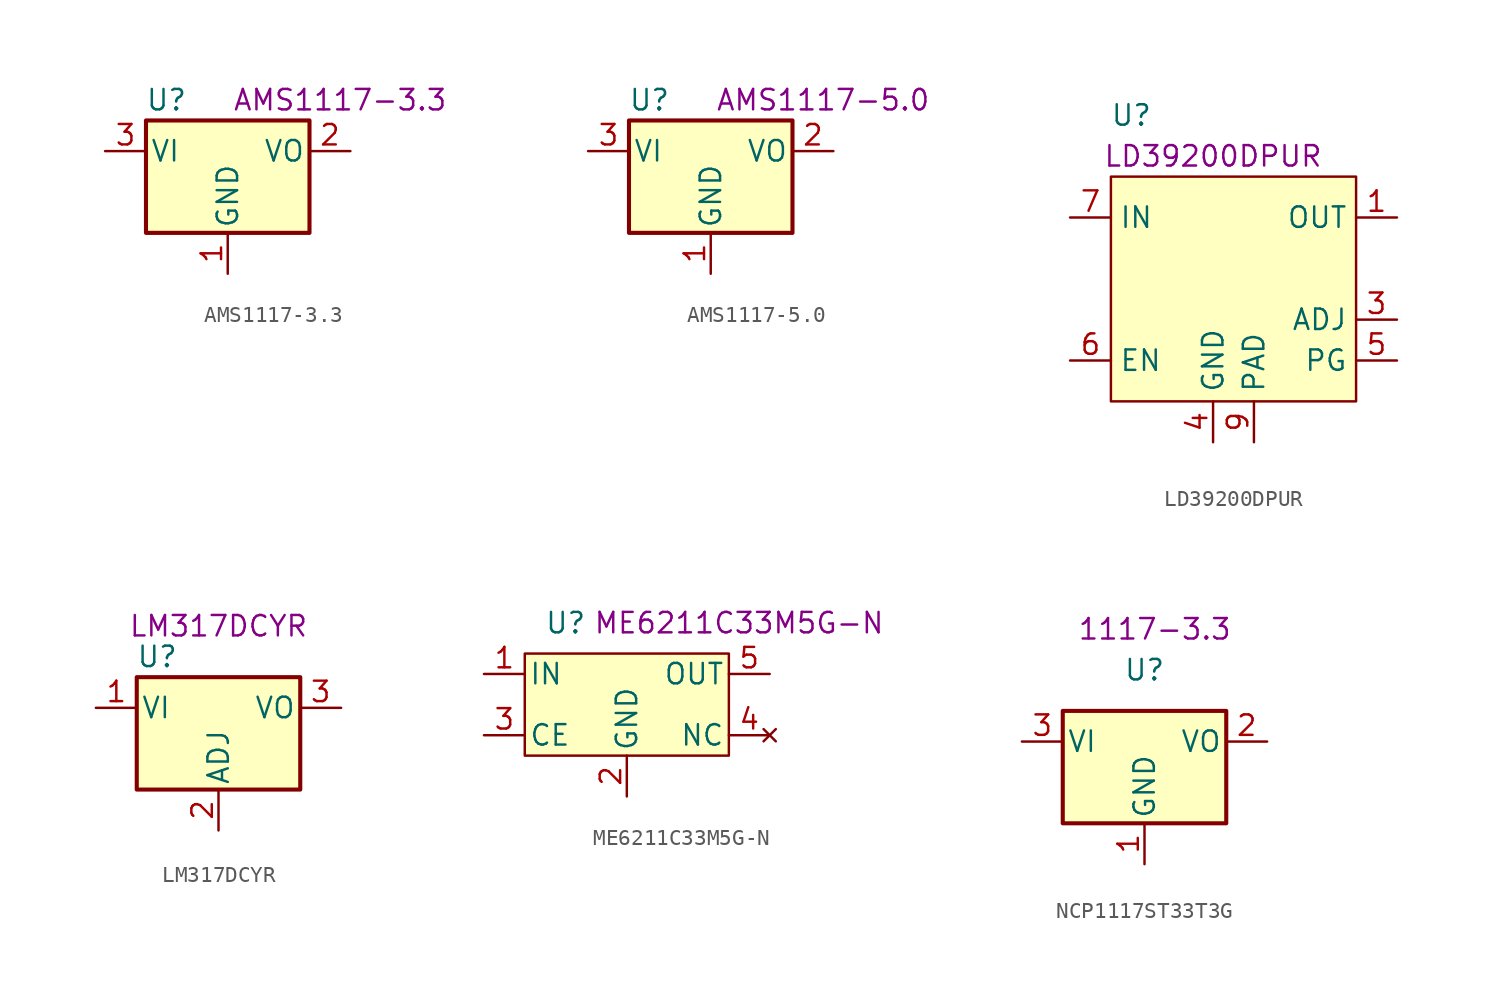
<source format=kicad_sym>
(kicad_symbol_lib
  (version 20220914)
  (generator kicad_symbol_editor)
  (symbol "AMS1117-3.3"
    (pin_names
      (offset 0.254))
    (property "Reference" "U"
      (at -3.81 3.175 0)
      (effects (font (size 1.27 1.27))))
    (property "UserValue" "AMS1117-3.3"
      (at 6.985 3.175 0)
      (effects (font (size 1.27 1.27))))
    (symbol "AMS1117-3.3_0_1"
      (rectangle (start -5.08 -5.08) (end 5.08 1.905) (stroke (width 0.254) (type default)) (fill (type background))))
    (symbol "AMS1117-3.3_1_1"
      (pin power_in line (at 0 -7.62 90) (length 2.54) (name "GND" (effects (font (size 1.27 1.27)))) (number "1" (effects (font (size 1.27 1.27)))))
      (pin power_out line (at 7.62 0 180) (length 2.54) (name "VO" (effects (font (size 1.27 1.27)))) (number "2" (effects (font (size 1.27 1.27)))))
      (pin power_in line (at -7.62 0 0) (length 2.54) (name "VI" (effects (font (size 1.27 1.27)))) (number "3" (effects (font (size 1.27 1.27)))))))
  (symbol "AMS1117-5.0"
    (pin_names
      (offset 0.254))
    (property "Reference" "U"
      (at -3.81 3.175 0)
      (effects (font (size 1.27 1.27))))
    (property "UserValue" "AMS1117-5.0"
      (at 6.985 3.175 0)
      (effects (font (size 1.27 1.27))))
    (symbol "AMS1117-5.0_0_1"
      (rectangle (start -5.08 -5.08) (end 5.08 1.905) (stroke (width 0.254) (type default)) (fill (type background))))
    (symbol "AMS1117-5.0_1_1"
      (pin power_in line (at 0 -7.62 90) (length 2.54) (name "GND" (effects (font (size 1.27 1.27)))) (number "1" (effects (font (size 1.27 1.27)))))
      (pin power_out line (at 7.62 0 180) (length 2.54) (name "VO" (effects (font (size 1.27 1.27)))) (number "2" (effects (font (size 1.27 1.27)))))
      (pin power_in line (at -7.62 0 0) (length 2.54) (name "VI" (effects (font (size 1.27 1.27)))) (number "3" (effects (font (size 1.27 1.27)))))))
  (symbol "LD39200DPUR"
    (property "Reference" "U"
      (at -6.35 11.43 0)
      (effects (font (size 1.27 1.27))))
    (property "UserValue" "LD39200DPUR"
      (at -1.27 8.89 0)
      (effects (font (size 1.27 1.27))))
    (symbol "LD39200DPUR_0_0"
      (pin power_out line (at 10.16 5.08 180) (length 2.54) (name "OUT" (effects (font (size 1.27 1.27)))) (number "1" (effects (font (size 1.27 1.27)))))
      (pin input line (at 10.16 -1.27 180) (length 2.54) (name "ADJ" (effects (font (size 1.27 1.27)))) (number "3" (effects (font (size 1.27 1.27)))))
      (pin power_in line (at -1.27 -8.89 90) (length 2.54) (name "GND" (effects (font (size 1.27 1.27)))) (number "4" (effects (font (size 1.27 1.27)))))
      (pin output line (at 10.16 -3.81 180) (length 2.54) (name "PG" (effects (font (size 1.27 1.27)))) (number "5" (effects (font (size 1.27 1.27)))))
      (pin input line (at -10.16 -3.81 0) (length 2.54) (name "EN" (effects (font (size 1.27 1.27)))) (number "6" (effects (font (size 1.27 1.27)))))
      (pin power_in line (at -10.16 5.08 0) (length 2.54) (name "IN" (effects (font (size 1.27 1.27)))) (number "7" (effects (font (size 1.27 1.27))))))
    (symbol "LD39200DPUR_1_0"
      (pin passive line (at 10.16 5.08 180) (length 2.54) hide (name "OUT" (effects (font (size 1.27 1.27)))) (number "2" (effects (font (size 1.27 1.27)))))
      (pin passive line (at -10.16 5.08 0) (length 2.54) hide (name "IN" (effects (font (size 1.27 1.27)))) (number "8" (effects (font (size 1.27 1.27)))))
      (pin passive line (at 1.27 -8.89 90) (length 2.54) (name "PAD" (effects (font (size 1.27 1.27)))) (number "9" (effects (font (size 1.27 1.27))))))
    (symbol "LD39200DPUR_1_1"
      (rectangle (start -7.62 7.62) (end 7.62 -6.35) (stroke (width 0) (type default)) (fill (type background)))))
  (symbol "LM317DCYR"
    (pin_names
      (offset 0.254))
    (property "Reference" "U"
      (at -3.81 3.175 0)
      (effects (font (size 1.27 1.27))))
    (property "UserValue" "LM317DCYR"
      (at 0 5.08 0)
      (effects (font (size 1.27 1.27))))
    (symbol "LM317DCYR_0_1"
      (rectangle (start -5.08 1.905) (end 5.08 -5.08) (stroke (width 0.254) (type default)) (fill (type background))))
    (symbol "LM317DCYR_1_1"
      (pin power_in line (at -7.62 0 0) (length 2.54) (name "VI" (effects (font (size 1.27 1.27)))) (number "1" (effects (font (size 1.27 1.27)))))
      (pin input line (at 0 -7.62 90) (length 2.54) (name "ADJ" (effects (font (size 1.27 1.27)))) (number "2" (effects (font (size 1.27 1.27)))))
      (pin power_out line (at 7.62 0 180) (length 2.54) (name "VO" (effects (font (size 1.27 1.27)))) (number "3" (effects (font (size 1.27 1.27)))))))
  (symbol "ME6211C33M5G-N"
    (pin_names
      (offset 0.254))
    (property "Reference" "U"
      (at -3.81 3.175 0)
      (effects (font (size 1.27 1.27))))
    (property "UserValue" "ME6211C33M5G-N"
      (at 6.985 3.175 0)
      (effects (font (size 1.27 1.27))))
    (symbol "ME6211C33M5G-N_0_1"
      (rectangle (start -6.35 1.27) (end 6.35 -5.08) (stroke (width 0) (type default)) (fill (type background))))
    (symbol "ME6211C33M5G-N_1_1"
      (pin power_in line (at -8.89 0 0) (length 2.54) (name "IN" (effects (font (size 1.27 1.27)))) (number "1" (effects (font (size 1.27 1.27)))))
      (pin power_in line (at 0 -7.62 90) (length 2.54) (name "GND" (effects (font (size 1.27 1.27)))) (number "2" (effects (font (size 1.27 1.27)))))
      (pin input line (at -8.89 -3.81 0) (length 2.54) (name "CE" (effects (font (size 1.27 1.27)))) (number "3" (effects (font (size 1.27 1.27)))))
      (pin no_connect line (at 8.89 -3.81 180) (length 2.54) (name "NC" (effects (font (size 1.27 1.27)))) (number "4" (effects (font (size 1.27 1.27)))))
      (pin power_out line (at 8.89 0 180) (length 2.54) (name "OUT" (effects (font (size 1.27 1.27)))) (number "5" (effects (font (size 1.27 1.27)))))))
  (symbol "NCP1117ST33T3G"
    (pin_names
      (offset 0.254))
    (property "Reference" "U"
      (at 0 4.445 0)
      (effects (font (size 1.27 1.27))))
    (property "UserValue" "1117-3.3"
      (at 0.635 6.985 0)
      (effects (font (size 1.27 1.27))))
    (symbol "NCP1117ST33T3G_0_1"
      (rectangle (start -5.08 -5.08) (end 5.08 1.905) (stroke (width 0.254) (type default)) (fill (type background))))
    (symbol "NCP1117ST33T3G_1_1"
      (pin power_in line (at 0 -7.62 90) (length 2.54) (name "GND" (effects (font (size 1.27 1.27)))) (number "1" (effects (font (size 1.27 1.27)))))
      (pin power_out line (at 7.62 0 180) (length 2.54) (name "VO" (effects (font (size 1.27 1.27)))) (number "2" (effects (font (size 1.27 1.27)))))
      (pin power_in line (at -7.62 0 0) (length 2.54) (name "VI" (effects (font (size 1.27 1.27)))) (number "3" (effects (font (size 1.27 1.27))))))))
</source>
